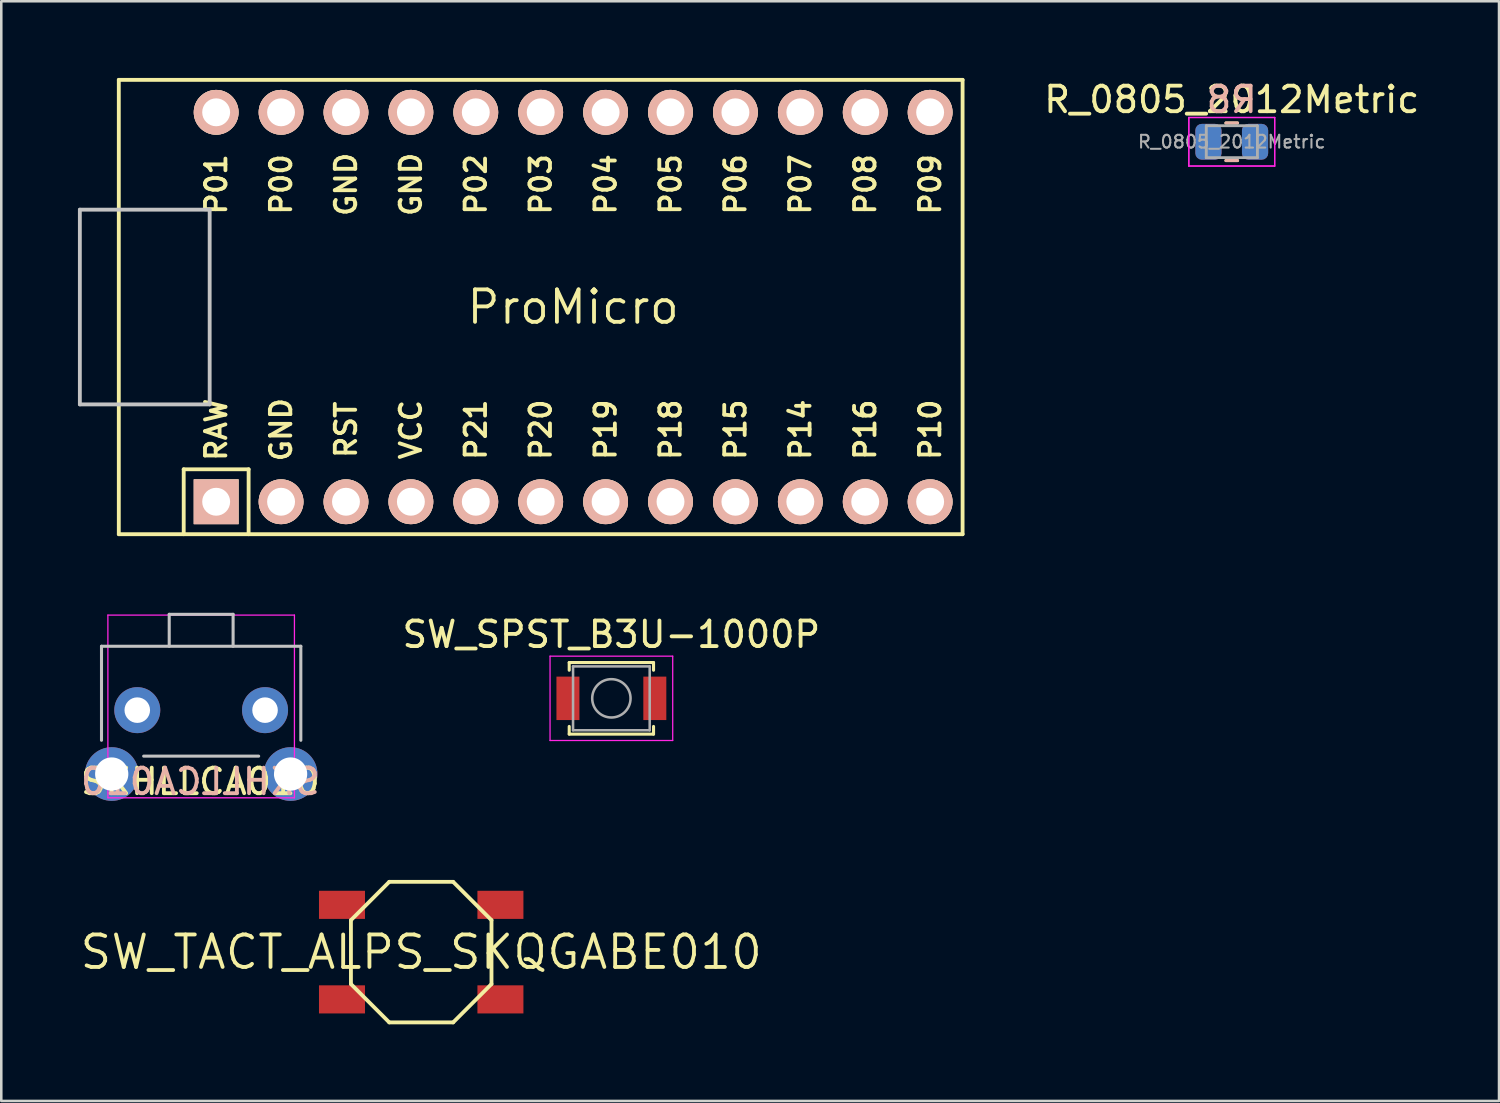
<source format=kicad_pcb>
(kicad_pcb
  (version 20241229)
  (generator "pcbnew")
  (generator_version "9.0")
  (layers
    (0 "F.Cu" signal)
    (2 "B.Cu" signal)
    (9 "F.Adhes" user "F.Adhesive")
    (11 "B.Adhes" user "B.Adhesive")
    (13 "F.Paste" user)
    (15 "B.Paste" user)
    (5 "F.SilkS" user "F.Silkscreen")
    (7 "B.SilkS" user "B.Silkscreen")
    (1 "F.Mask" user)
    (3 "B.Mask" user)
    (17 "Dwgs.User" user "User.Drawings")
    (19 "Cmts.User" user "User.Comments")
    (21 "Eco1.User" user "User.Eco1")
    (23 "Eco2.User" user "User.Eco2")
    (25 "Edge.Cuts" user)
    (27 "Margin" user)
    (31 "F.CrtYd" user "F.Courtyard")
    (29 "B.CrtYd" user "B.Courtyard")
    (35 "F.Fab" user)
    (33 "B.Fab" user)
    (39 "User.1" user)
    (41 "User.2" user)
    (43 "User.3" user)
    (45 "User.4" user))
  (footprint "SW_SPST_B3U-1000P"
    (layer "F.Cu")
    (at 20.875 24.278)
    (property "Reference" "SW_SPST_B3U-1000P" (at 0 -2.5 0) (layer "F.SilkS") (effects (font (size 1 1) (thickness 0.15))))
    (attr smd)
    (fp_line (start -1.65 -1.4) (end 1.65 -1.4) (stroke (width 0.12) (type solid)) (layer "F.SilkS"))
    (fp_line (start -1.65 -1.1) (end -1.65 -1.4) (stroke (width 0.12) (type solid)) (layer "F.SilkS"))
    (fp_line (start -1.65 1.1) (end -1.65 1.4) (stroke (width 0.12) (type solid)) (layer "F.SilkS"))
    (fp_line (start -1.65 1.4) (end 1.65 1.4) (stroke (width 0.12) (type solid)) (layer "F.SilkS"))
    (fp_line (start 1.65 -1.4) (end 1.65 -1.1) (stroke (width 0.12) (type solid)) (layer "F.SilkS"))
    (fp_line (start 1.65 1.4) (end 1.65 1.1) (stroke (width 0.12) (type solid)) (layer "F.SilkS"))
    (fp_line (start -2.4 -1.65) (end -2.4 1.65) (stroke (width 0.05) (type solid)) (layer "F.CrtYd"))
    (fp_line (start -2.4 1.65) (end 2.4 1.65) (stroke (width 0.05) (type solid)) (layer "F.CrtYd"))
    (fp_line (start 2.4 -1.65) (end -2.4 -1.65) (stroke (width 0.05) (type solid)) (layer "F.CrtYd"))
    (fp_line (start 2.4 1.65) (end 2.4 -1.65) (stroke (width 0.05) (type solid)) (layer "F.CrtYd"))
    (fp_line (start -1.5 -1.25) (end 1.5 -1.25) (stroke (width 0.1) (type solid)) (layer "F.Fab"))
    (fp_line (start -1.5 1.25) (end -1.5 -1.25) (stroke (width 0.1) (type solid)) (layer "F.Fab"))
    (fp_line (start 1.5 -1.25) (end 1.5 1.25) (stroke (width 0.1) (type solid)) (layer "F.Fab"))
    (fp_line (start 1.5 1.25) (end -1.5 1.25) (stroke (width 0.1) (type solid)) (layer "F.Fab"))
    (fp_circle (center 0 0) (end 0.75 0) (stroke (width 0.1) (type solid)) (fill no) (layer "F.Fab"))
    (pad "1" smd rect (at -1.7 0) (size 0.9 1.7) (layers "F.Cu" "F.Mask" "F.Paste"))
    (pad "2" smd rect (at 1.7 0) (size 0.9 1.7) (layers "F.Cu" "F.Mask" "F.Paste")))
  (footprint "SW_TACT_ALPS_SKQGABE010"
    (layer "F.Cu")
    (at 13.433 34.209)
    (property "Reference" "SW_TACT_ALPS_SKQGABE010" (at 0 0 180) (layer "F.SilkS") (effects (font (size 1.27 1.27) (thickness 0.15))))
    (attr through_hole)
    (fp_line (start -2.75 -1.25) (end -2.75 1.25) (stroke (width 0.15) (type solid)) (layer "F.SilkS"))
    (fp_line (start -2.75 -1.25) (end -1.25 -2.75) (stroke (width 0.15) (type solid)) (layer "F.SilkS"))
    (fp_line (start -2.75 1.25) (end -1.25 2.75) (stroke (width 0.15) (type solid)) (layer "F.SilkS"))
    (fp_line (start -1.25 -2.75) (end 1.25 -2.75) (stroke (width 0.15) (type solid)) (layer "F.SilkS"))
    (fp_line (start -1.25 2.75) (end 1.25 2.75) (stroke (width 0.15) (type solid)) (layer "F.SilkS"))
    (fp_line (start 2.75 -1.25) (end 1.25 -2.75) (stroke (width 0.15) (type solid)) (layer "F.SilkS"))
    (fp_line (start 2.75 -1.25) (end 2.75 1.25) (stroke (width 0.15) (type solid)) (layer "F.SilkS"))
    (fp_line (start 2.75 1.25) (end 1.25 2.75) (stroke (width 0.15) (type solid)) (layer "F.SilkS"))
    (pad "1" smd rect (at -3.1 -1.85) (size 1.8 1.1) (layers "F.Cu" "F.Mask" "F.Paste"))
    (pad "1" smd rect (at 3.1 -1.85) (size 1.8 1.1) (layers "F.Cu" "F.Mask" "F.Paste"))
    (pad "2" smd rect (at -3.1 1.85) (size 1.8 1.1) (layers "F.Cu" "F.Mask" "F.Paste"))
    (pad "2" smd rect (at 3.1 1.85) (size 1.8 1.1) (layers "F.Cu" "F.Mask" "F.Paste")))
  (footprint "SKHLLCA010"
    (layer "F.Cu")
    (at 4.822 25.99)
    (property "Reference" "SKHLLCA010" (at -0.03 1.545 0) (unlocked yes) (layer "F.SilkS") (effects (font (size 1 1) (thickness 0.15))))
    (attr through_hole)
    (fp_line (start -3.9 -3.75) (end 3.9 -3.75) (stroke (width 0.12) (type solid)) (layer "Dwgs.User"))
    (fp_line (start -3.9 -0.07) (end -3.9 -3.75) (stroke (width 0.12) (type solid)) (layer "Dwgs.User"))
    (fp_line (start -2.25 0.55) (end 2.25 0.55) (stroke (width 0.12) (type solid)) (layer "Dwgs.User"))
    (fp_line (start -1.25 -5) (end 1.25 -5) (stroke (width 0.12) (type solid)) (layer "Dwgs.User"))
    (fp_line (start -1.25 -3.75) (end -1.25 -5) (stroke (width 0.12) (type solid)) (layer "Dwgs.User"))
    (fp_line (start 1.25 -3.75) (end 1.25 -5) (stroke (width 0.12) (type solid)) (layer "Dwgs.User"))
    (fp_line (start 3.9 -0.07) (end 3.9 -3.75) (stroke (width 0.12) (type solid)) (layer "Dwgs.User"))
    (fp_line (start -3.65 -4.97) (end -3.65 2.18) (stroke (width 0.05) (type solid)) (layer "F.CrtYd"))
    (fp_line (start -3.65 -4.97) (end 3.65 -4.97) (stroke (width 0.05) (type solid)) (layer "F.CrtYd"))
    (fp_line (start -3.65 2.18) (end 3.65 2.18) (stroke (width 0.05) (type solid)) (layer "F.CrtYd"))
    (fp_line (start 3.65 -4.97) (end 3.65 2.18) (stroke (width 0.05) (type solid)) (layer "F.CrtYd"))
    (fp_text user "${REFERENCE}" (at -0.03 1.545 0) (unlocked yes) (layer "B.SilkS") (effects (font (size 1 1) (thickness 0.15)) (justify mirror)))
    (pad "1" thru_hole circle (at 2.5 -1.25) (size 1.8 1.8) (drill 1) (layers "*.Cu" "B.Mask"))
    (pad "2" thru_hole circle (at -2.5 -1.25) (size 1.8 1.8) (drill 1) (layers "*.Cu" "B.Mask"))
    (pad "MP" thru_hole circle (at -3.5 1.25) (size 2.1 2.1) (drill 1.3) (layers "*.Cu" "*.Mask"))
    (pad "MP" thru_hole circle (at 3.5 1.25) (size 2.1 2.1) (drill 1.3) (layers "*.Cu" "*.Mask")))
  (footprint "R_0805_2012Metric"
    (layer "F.Cu")
    (at 45.152 2.498)
    (property "Reference" "R_0805_2012Metric" (at 0 -1.65 0) (layer "F.SilkS") (effects (font (size 1 1) (thickness 0.15))))
    (attr smd)
    (fp_line (start -0.227 -0.735) (end 0.227 -0.735) (stroke (width 0.12) (type solid)) (layer "F.SilkS"))
    (fp_line (start -0.227 0.735) (end 0.227 0.735) (stroke (width 0.12) (type solid)) (layer "F.SilkS"))
    (fp_line (start -0.227 -0.735) (end 0.227 -0.735) (stroke (width 0.12) (type solid)) (layer "B.SilkS"))
    (fp_line (start -0.227 0.735) (end 0.227 0.735) (stroke (width 0.12) (type solid)) (layer "B.SilkS"))
    (fp_line (start -1.68 -0.95) (end 1.68 -0.95) (stroke (width 0.05) (type solid)) (layer "F.CrtYd"))
    (fp_line (start -1.68 -0.95) (end 1.68 -0.95) (stroke (width 0.05) (type solid)) (layer "F.CrtYd"))
    (fp_line (start -1.68 0.95) (end -1.68 -0.95) (stroke (width 0.05) (type solid)) (layer "F.CrtYd"))
    (fp_line (start -1.68 0.95) (end -1.68 -0.95) (stroke (width 0.05) (type solid)) (layer "F.CrtYd"))
    (fp_line (start 1.68 -0.95) (end 1.68 0.95) (stroke (width 0.05) (type solid)) (layer "F.CrtYd"))
    (fp_line (start 1.68 -0.95) (end 1.68 0.95) (stroke (width 0.05) (type solid)) (layer "F.CrtYd"))
    (fp_line (start 1.68 0.95) (end -1.68 0.95) (stroke (width 0.05) (type solid)) (layer "F.CrtYd"))
    (fp_line (start 1.68 0.95) (end -1.68 0.95) (stroke (width 0.05) (type solid)) (layer "F.CrtYd"))
    (fp_line (start -1 -0.625) (end 1 -0.625) (stroke (width 0.1) (type solid)) (layer "F.Fab"))
    (fp_line (start -1 -0.625) (end 1 -0.625) (stroke (width 0.1) (type solid)) (layer "F.Fab"))
    (fp_line (start -1 0.625) (end -1 -0.625) (stroke (width 0.1) (type solid)) (layer "F.Fab"))
    (fp_line (start -1 0.625) (end -1 -0.625) (stroke (width 0.1) (type solid)) (layer "F.Fab"))
    (fp_line (start 1 -0.625) (end 1 0.625) (stroke (width 0.1) (type solid)) (layer "F.Fab"))
    (fp_line (start 1 -0.625) (end 1 0.625) (stroke (width 0.1) (type solid)) (layer "F.Fab"))
    (fp_line (start 1 0.625) (end -1 0.625) (stroke (width 0.1) (type solid)) (layer "F.Fab"))
    (fp_line (start 1 0.625) (end -1 0.625) (stroke (width 0.1) (type solid)) (layer "F.Fab"))
    (fp_text user "R8" (at 0 -1.65 0) (layer "B.SilkS") (effects (font (size 1 1) (thickness 0.15)) (justify mirror)))
    (fp_text user "${REFERENCE}" (at 0 0 0) (layer "F.Fab") (effects (font (size 0.5 0.5) (thickness 0.08))))
    (pad "1" smd roundrect (at -0.912 0) (size 1.025 1.4) (layers "F.Cu" "F.Mask" "F.Paste") (roundrect_rratio 0.244))
    (pad "1" smd roundrect (at -0.912 0) (size 1.025 1.4) (layers "B.Cu" "B.Mask" "B.Paste") (roundrect_rratio 0.244))
    (pad "2" smd roundrect (at 0.912 0) (size 1.025 1.4) (layers "F.Cu" "F.Mask" "F.Paste") (roundrect_rratio 0.244))
    (pad "2" smd roundrect (at 0.912 0) (size 1.025 1.4) (layers "B.Cu" "B.Mask" "B.Paste") (roundrect_rratio 0.244)))
  (footprint "ProMicro"
    (layer "F.Cu")
    (at 19.379 8.965)
    (property "Reference" "ProMicro" (at 0 0 180) (layer "F.SilkS") (effects (font (size 1.27 1.27) (thickness 0.15))))
    (attr through_hole)
    (fp_line (start -17.78 -8.89) (end -17.78 8.89) (stroke (width 0.15) (type solid)) (layer "F.SilkS"))
    (fp_line (start -17.78 8.89) (end 15.24 8.89) (stroke (width 0.15) (type solid)) (layer "F.SilkS"))
    (fp_line (start -15.24 6.35) (end -15.24 8.89) (stroke (width 0.15) (type solid)) (layer "F.SilkS"))
    (fp_line (start -15.24 6.35) (end -12.7 6.35) (stroke (width 0.15) (type solid)) (layer "F.SilkS"))
    (fp_line (start -12.7 6.35) (end -12.7 8.89) (stroke (width 0.15) (type solid)) (layer "F.SilkS"))
    (fp_line (start 15.24 -8.89) (end -17.78 -8.89) (stroke (width 0.15) (type solid)) (layer "F.SilkS"))
    (fp_line (start 15.24 8.89) (end 15.24 -8.89) (stroke (width 0.15) (type solid)) (layer "F.SilkS"))
    (fp_line (start -19.304 -3.81) (end -14.224 -3.81) (stroke (width 0.15) (type solid)) (layer "Dwgs.User"))
    (fp_line (start -19.304 3.81) (end -19.304 -3.81) (stroke (width 0.15) (type solid)) (layer "Dwgs.User"))
    (fp_line (start -14.224 -3.81) (end -14.224 3.81) (stroke (width 0.15) (type solid)) (layer "Dwgs.User"))
    (fp_line (start -14.224 3.81) (end -19.304 3.81) (stroke (width 0.15) (type solid)) (layer "Dwgs.User"))
    (fp_text user "P04" (at 1.27 -4.8 90) (layer "F.SilkS") (effects (font (size 0.8 0.8) (thickness 0.15))))
    (fp_text user "P15" (at 6.35 4.8 90) (layer "F.SilkS") (effects (font (size 0.8 0.8) (thickness 0.15))))
    (fp_text user "P20" (at -1.27 4.8 90) (layer "F.SilkS") (effects (font (size 0.8 0.8) (thickness 0.15))))
    (fp_text user "GND" (at -11.43 4.8 90) (layer "F.SilkS") (effects (font (size 0.8 0.8) (thickness 0.15))))
    (fp_text user "P01" (at -13.97 -4.8 90) (layer "F.SilkS") (effects (font (size 0.8 0.8) (thickness 0.15))))
    (fp_text user "VCC" (at -6.35 4.8 90) (layer "F.SilkS") (effects (font (size 0.8 0.8) (thickness 0.15))))
    (fp_text user "P06" (at 6.35 -4.8 90) (layer "F.SilkS") (effects (font (size 0.8 0.8) (thickness 0.15))))
    (fp_text user "P18" (at 3.81 4.8 90) (layer "F.SilkS") (effects (font (size 0.8 0.8) (thickness 0.15))))
    (fp_text user "P19" (at 1.27 4.8 90) (layer "F.SilkS") (effects (font (size 0.8 0.8) (thickness 0.15))))
    (fp_text user "P00" (at -11.43 -4.8 90) (layer "F.SilkS") (effects (font (size 0.8 0.8) (thickness 0.15))))
    (fp_text user "P14" (at 8.89 4.8 90) (layer "F.SilkS") (effects (font (size 0.8 0.8) (thickness 0.15))))
    (fp_text user "RAW" (at -13.97 4.8 90) (layer "F.SilkS") (effects (font (size 0.8 0.8) (thickness 0.15))))
    (fp_text user "P05" (at 3.81 -4.8 90) (layer "F.SilkS") (effects (font (size 0.8 0.8) (thickness 0.15))))
    (fp_text user "P09" (at 13.97 -4.8 90) (layer "F.SilkS") (effects (font (size 0.8 0.8) (thickness 0.15))))
    (fp_text user "P10" (at 13.97 4.8 90) (layer "F.SilkS") (effects (font (size 0.8 0.8) (thickness 0.15))))
    (fp_text user "P02" (at -3.81 -4.8 90) (layer "F.SilkS") (effects (font (size 0.8 0.8) (thickness 0.15))))
    (fp_text user "GND" (at -6.35 -4.8 90) (layer "F.SilkS") (effects (font (size 0.8 0.8) (thickness 0.15))))
    (fp_text user "P21" (at -3.81 4.8 90) (layer "F.SilkS") (effects (font (size 0.8 0.8) (thickness 0.15))))
    (fp_text user "P08" (at 11.43 -4.8 90) (layer "F.SilkS") (effects (font (size 0.8 0.8) (thickness 0.15))))
    (fp_text user "P16" (at 11.43 4.8 90) (layer "F.SilkS") (effects (font (size 0.8 0.8) (thickness 0.15))))
    (fp_text user "P07" (at 8.89 -4.8 90) (layer "F.SilkS") (effects (font (size 0.8 0.8) (thickness 0.15))))
    (fp_text user "GND" (at -8.89 -4.8 90) (layer "F.SilkS") (effects (font (size 0.8 0.8) (thickness 0.15))))
    (fp_text user "P03" (at -1.27 -4.8 90) (layer "F.SilkS") (effects (font (size 0.8 0.8) (thickness 0.15))))
    (fp_text user "RST" (at -8.89 4.8 90) (layer "F.SilkS") (effects (font (size 0.8 0.8) (thickness 0.15))))
    (pad "1" thru_hole rect (at -13.97 7.62) (size 1.753 1.753) (drill 1.092) (layers "*.Cu" "*.SilkS" "*.Mask"))
    (pad "2" thru_hole circle (at -11.43 7.62) (size 1.753 1.753) (drill 1.092) (layers "*.Cu" "*.SilkS" "*.Mask"))
    (pad "3" thru_hole circle (at -8.89 7.62) (size 1.753 1.753) (drill 1.092) (layers "*.Cu" "*.SilkS" "*.Mask"))
    (pad "4" thru_hole circle (at -6.35 7.62) (size 1.753 1.753) (drill 1.092) (layers "*.Cu" "*.SilkS" "*.Mask"))
    (pad "5" thru_hole circle (at -3.81 7.62) (size 1.753 1.753) (drill 1.092) (layers "*.Cu" "*.SilkS" "*.Mask"))
    (pad "6" thru_hole circle (at -1.27 7.62) (size 1.753 1.753) (drill 1.092) (layers "*.Cu" "*.SilkS" "*.Mask"))
    (pad "7" thru_hole circle (at 1.27 7.62) (size 1.753 1.753) (drill 1.092) (layers "*.Cu" "*.SilkS" "*.Mask"))
    (pad "8" thru_hole circle (at 3.81 7.62) (size 1.753 1.753) (drill 1.092) (layers "*.Cu" "*.SilkS" "*.Mask"))
    (pad "9" thru_hole circle (at 6.35 7.62) (size 1.753 1.753) (drill 1.092) (layers "*.Cu" "*.SilkS" "*.Mask"))
    (pad "10" thru_hole circle (at 8.89 7.62) (size 1.753 1.753) (drill 1.092) (layers "*.Cu" "*.SilkS" "*.Mask"))
    (pad "11" thru_hole circle (at 11.43 7.62) (size 1.753 1.753) (drill 1.092) (layers "*.Cu" "*.SilkS" "*.Mask"))
    (pad "12" thru_hole circle (at 13.97 7.62) (size 1.753 1.753) (drill 1.092) (layers "*.Cu" "*.SilkS" "*.Mask"))
    (pad "13" thru_hole circle (at -13.97 -7.62) (size 1.753 1.753) (drill 1.092) (layers "*.Cu" "*.SilkS" "*.Mask"))
    (pad "14" thru_hole circle (at -11.43 -7.62) (size 1.753 1.753) (drill 1.092) (layers "*.Cu" "*.SilkS" "*.Mask"))
    (pad "15" thru_hole circle (at -8.89 -7.62) (size 1.753 1.753) (drill 1.092) (layers "*.Cu" "*.SilkS" "*.Mask"))
    (pad "16" thru_hole circle (at -6.35 -7.62) (size 1.753 1.753) (drill 1.092) (layers "*.Cu" "*.SilkS" "*.Mask"))
    (pad "17" thru_hole circle (at -3.81 -7.62) (size 1.753 1.753) (drill 1.092) (layers "*.Cu" "*.SilkS" "*.Mask"))
    (pad "18" thru_hole circle (at -1.27 -7.62) (size 1.753 1.753) (drill 1.092) (layers "*.Cu" "*.SilkS" "*.Mask"))
    (pad "19" thru_hole circle (at 1.27 -7.62) (size 1.753 1.753) (drill 1.092) (layers "*.Cu" "*.SilkS" "*.Mask"))
    (pad "20" thru_hole circle (at 3.81 -7.62) (size 1.753 1.753) (drill 1.092) (layers "*.Cu" "*.SilkS" "*.Mask"))
    (pad "21" thru_hole circle (at 6.35 -7.62) (size 1.753 1.753) (drill 1.092) (layers "*.Cu" "*.SilkS" "*.Mask"))
    (pad "22" thru_hole circle (at 8.89 -7.62) (size 1.753 1.753) (drill 1.092) (layers "*.Cu" "*.SilkS" "*.Mask"))
    (pad "23" thru_hole circle (at 11.43 -7.62) (size 1.753 1.753) (drill 1.092) (layers "*.Cu" "*.SilkS" "*.Mask"))
    (pad "24" thru_hole circle (at 13.97 -7.62) (size 1.753 1.753) (drill 1.092) (layers "*.Cu" "*.SilkS" "*.Mask")))
  (gr_rect
    (start -3 -3)
    (end 55.611 40.034)
    (stroke (width 0.1) (type default))
    (fill no)
    (layer "Edge.Cuts")))
</source>
